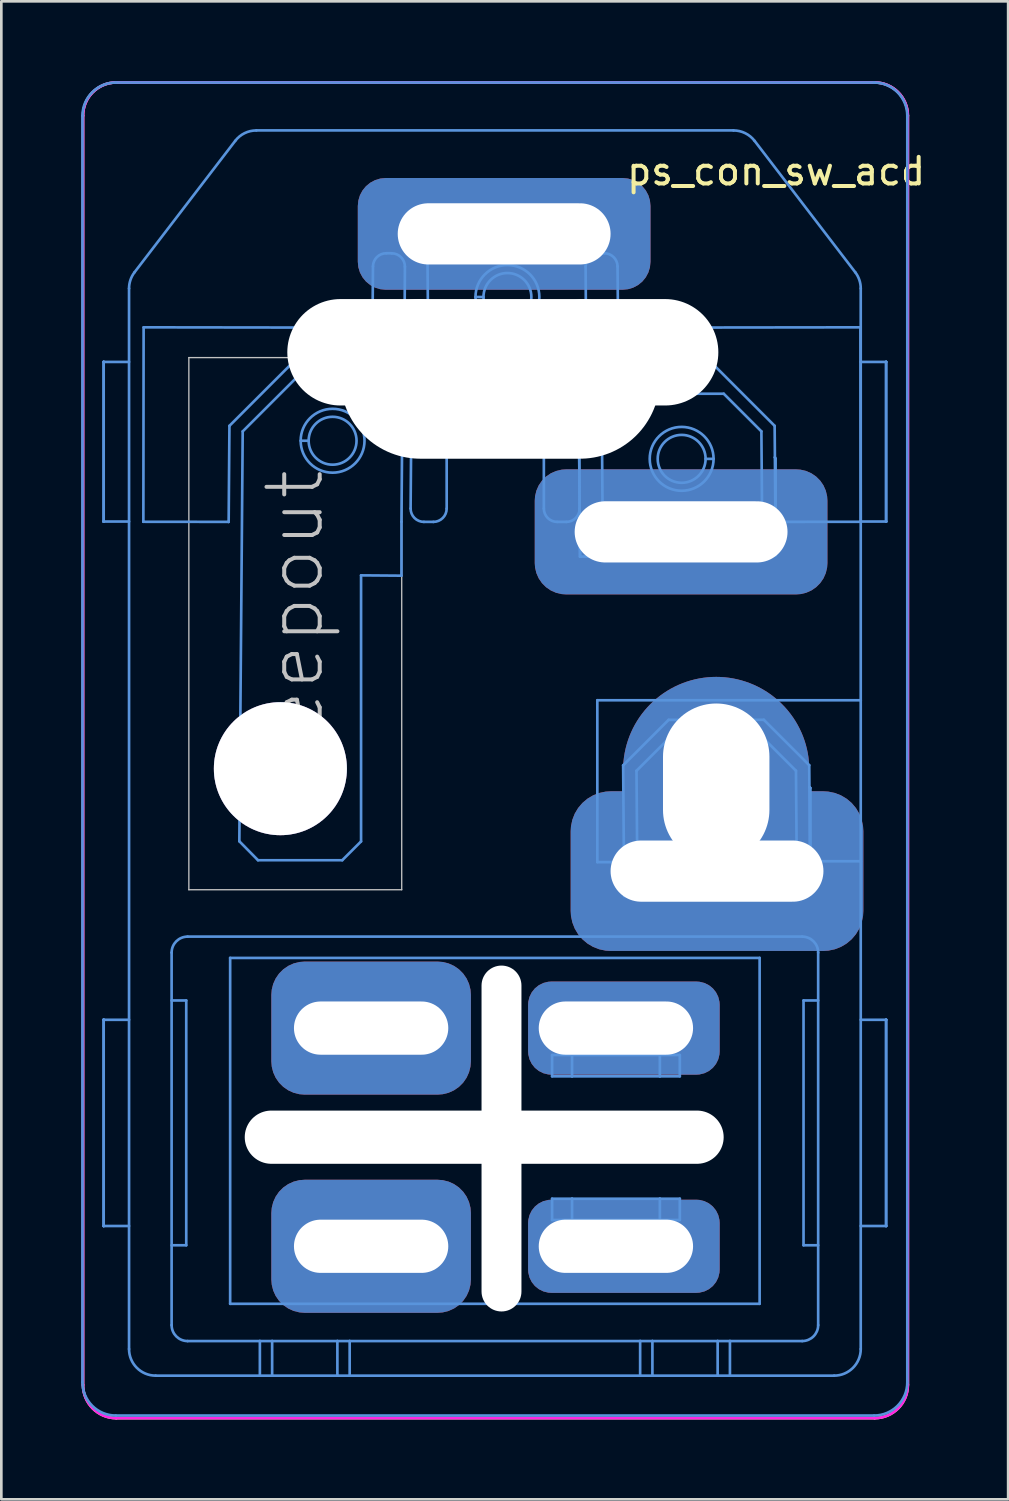
<source format=kicad_pcb>
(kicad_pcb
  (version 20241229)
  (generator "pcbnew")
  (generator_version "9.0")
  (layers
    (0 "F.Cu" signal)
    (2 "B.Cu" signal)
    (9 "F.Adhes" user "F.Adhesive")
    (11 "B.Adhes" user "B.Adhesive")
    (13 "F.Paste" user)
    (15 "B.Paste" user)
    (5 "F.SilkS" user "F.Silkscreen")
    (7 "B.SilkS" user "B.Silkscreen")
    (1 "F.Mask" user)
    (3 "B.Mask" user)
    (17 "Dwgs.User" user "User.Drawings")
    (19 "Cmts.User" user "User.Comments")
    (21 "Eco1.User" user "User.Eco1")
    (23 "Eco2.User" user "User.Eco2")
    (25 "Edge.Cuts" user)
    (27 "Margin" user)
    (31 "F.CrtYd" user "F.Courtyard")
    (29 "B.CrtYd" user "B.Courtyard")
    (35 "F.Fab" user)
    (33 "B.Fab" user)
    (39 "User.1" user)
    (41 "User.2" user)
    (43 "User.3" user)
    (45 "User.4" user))
  (footprint "ps_con_sw_acd"
    (layer "F.Cu")
    (at 20.048 42.39)
    (property "Reference" "ps_con_sw_acd" (at 6.072 -39 180) (layer "F.SilkS") (effects (font (size 1 1) (thickness 0.15))))
    (attr through_hole)
    (fp_line (start -19.978 6.61) (end -19.978 -41.09) (stroke (width 0.1) (type solid)) (layer "F.SilkS"))
    (fp_line (start -18.728 -42.34) (end 9.772 -42.34) (stroke (width 0.1) (type solid)) (layer "F.SilkS"))
    (fp_line (start 9.772 7.86) (end -18.728 7.86) (stroke (width 0.1) (type solid)) (layer "F.SilkS"))
    (fp_line (start 11.022 -41.09) (end 11.022 6.61) (stroke (width 0.1) (type solid)) (layer "F.SilkS"))
    (fp_arc (start -19.977552 -41.09) (mid -19.611435 -41.973883) (end -18.727552 -42.34) (stroke (width 0.1) (type solid)) (layer "F.SilkS"))
    (fp_arc (start -18.727552 7.86) (mid -19.611435 7.493883) (end -19.977552 6.61) (stroke (width 0.1) (type solid)) (layer "F.SilkS"))
    (fp_arc (start 9.772448 -42.34) (mid 10.656331 -41.973883) (end 11.022448 -41.09) (stroke (width 0.1) (type solid)) (layer "F.SilkS"))
    (fp_arc (start 11.022448 6.61) (mid 10.656331 7.493883) (end 9.772448 7.86) (stroke (width 0.1) (type solid)) (layer "F.SilkS"))
    (fp_line (start -16 -32) (end -16 -12) (stroke (width 0.05) (type solid)) (layer "Dwgs.User"))
    (fp_line (start -16 -12) (end -8 -12) (stroke (width 0.05) (type solid)) (layer "Dwgs.User"))
    (fp_line (start -8 -32) (end -16 -32) (stroke (width 0.05) (type solid)) (layer "Dwgs.User"))
    (fp_line (start -8 -12) (end -8 -32) (stroke (width 0.05) (type solid)) (layer "Dwgs.User"))
    (fp_line (start -19.998 6.512) (end -19.998 -41.088) (stroke (width 0.1) (type solid)) (layer "Cmts.User"))
    (fp_line (start -19.203 -31.838) (end -19.201 -31.838) (stroke (width 0.1) (type solid)) (layer "Cmts.User"))
    (fp_line (start -19.203 -25.838) (end -19.203 -31.838) (stroke (width 0.1) (type solid)) (layer "Cmts.User"))
    (fp_line (start -19.203 -25.838) (end -19.201 -25.838) (stroke (width 0.1) (type solid)) (layer "Cmts.User"))
    (fp_line (start -19.203 -7.113) (end -19.201 -7.113) (stroke (width 0.1) (type solid)) (layer "Cmts.User"))
    (fp_line (start -19.203 0.637) (end -19.203 -7.113) (stroke (width 0.1) (type solid)) (layer "Cmts.User"))
    (fp_line (start -19.203 0.637) (end -19.201 0.637) (stroke (width 0.1) (type solid)) (layer "Cmts.User"))
    (fp_line (start -19.201 -31.838) (end -19.203 -31.838) (stroke (width 0.1) (type solid)) (layer "Cmts.User"))
    (fp_line (start -19.201 -31.838) (end -19.201 -25.838) (stroke (width 0.1) (type solid)) (layer "Cmts.User"))
    (fp_line (start -19.201 -31.838) (end -18.248 -31.838) (stroke (width 0.1) (type solid)) (layer "Cmts.User"))
    (fp_line (start -19.201 -25.838) (end -19.203 -25.838) (stroke (width 0.1) (type solid)) (layer "Cmts.User"))
    (fp_line (start -19.201 -7.113) (end -19.203 -7.113) (stroke (width 0.1) (type solid)) (layer "Cmts.User"))
    (fp_line (start -19.201 -7.113) (end -19.201 0.637) (stroke (width 0.1) (type solid)) (layer "Cmts.User"))
    (fp_line (start -19.201 -7.113) (end -18.248 -7.113) (stroke (width 0.1) (type solid)) (layer "Cmts.User"))
    (fp_line (start -19.201 0.637) (end -19.203 0.637) (stroke (width 0.1) (type solid)) (layer "Cmts.User"))
    (fp_line (start -18.748 -42.338) (end 9.752 -42.338) (stroke (width 0.1) (type solid)) (layer "Cmts.User"))
    (fp_line (start -18.248 -34.599) (end -18.248 5.262) (stroke (width 0.1) (type solid)) (layer "Cmts.User"))
    (fp_line (start -18.248 -25.838) (end -19.201 -25.838) (stroke (width 0.1) (type solid)) (layer "Cmts.User"))
    (fp_line (start -18.248 0.637) (end -19.201 0.637) (stroke (width 0.1) (type solid)) (layer "Cmts.User"))
    (fp_line (start -17.71 -25.838) (end -17.71 -25.83) (stroke (width 0.1) (type solid)) (layer "Cmts.User"))
    (fp_line (start -17.71 -25.83) (end -14.51 -25.826) (stroke (width 0.1) (type solid)) (layer "Cmts.User"))
    (fp_line (start -17.7 -33.138) (end -17.71 -25.838) (stroke (width 0.1) (type solid)) (layer "Cmts.User"))
    (fp_line (start -17.248 6.262) (end -13.331 6.262) (stroke (width 0.1) (type solid)) (layer "Cmts.User"))
    (fp_line (start -16.648 -9.638) (end -16.648 4.362) (stroke (width 0.1) (type solid)) (layer "Cmts.User"))
    (fp_line (start -16.648 -7.838) (end -16.098 -7.838) (stroke (width 0.1) (type solid)) (layer "Cmts.User"))
    (fp_line (start -16.098 -7.838) (end -16.098 1.362) (stroke (width 0.1) (type solid)) (layer "Cmts.User"))
    (fp_line (start -16.098 1.362) (end -16.648 1.362) (stroke (width 0.1) (type solid)) (layer "Cmts.User"))
    (fp_line (start -16.048 4.962) (end -13.331 4.962) (stroke (width 0.1) (type solid)) (layer "Cmts.User"))
    (fp_line (start -14.51 -25.826) (end -14.504 -25.826) (stroke (width 0.1) (type solid)) (layer "Cmts.User"))
    (fp_line (start -14.504 -25.826) (end -14.475 -29.435) (stroke (width 0.1) (type solid)) (layer "Cmts.User"))
    (fp_line (start -14.475 -29.435) (end -12.08 -31.83) (stroke (width 0.1) (type solid)) (layer "Cmts.User"))
    (fp_line (start -14.448 -9.438) (end 5.452 -9.438) (stroke (width 0.1) (type solid)) (layer "Cmts.User"))
    (fp_line (start -14.448 3.562) (end -14.448 -9.438) (stroke (width 0.1) (type solid)) (layer "Cmts.User"))
    (fp_line (start -14.257 -40.146) (end -18.042 -35.207) (stroke (width 0.1) (type solid)) (layer "Cmts.User"))
    (fp_line (start -14.103 -13.822) (end -13.976 -29.227) (stroke (width 0.1) (type solid)) (layer "Cmts.User"))
    (fp_line (start -13.976 -29.227) (end -11.373 -31.83) (stroke (width 0.1) (type solid)) (layer "Cmts.User"))
    (fp_line (start -13.767 -16.056) (end -13.467 -16.056) (stroke (width 0.1) (type solid)) (layer "Cmts.User"))
    (fp_line (start -13.401 -13.109) (end -14.103 -13.822) (stroke (width 0.1) (type solid)) (layer "Cmts.User"))
    (fp_line (start -13.331 4.962) (end -12.87 4.962) (stroke (width 0.1) (type solid)) (layer "Cmts.User"))
    (fp_line (start -13.331 6.262) (end -13.331 4.962) (stroke (width 0.1) (type solid)) (layer "Cmts.User"))
    (fp_line (start -12.87 4.962) (end -12.87 6.262) (stroke (width 0.1) (type solid)) (layer "Cmts.User"))
    (fp_line (start -12.87 6.262) (end -13.331 6.262) (stroke (width 0.1) (type solid)) (layer "Cmts.User"))
    (fp_line (start -12.87 6.262) (end -10.418 6.262) (stroke (width 0.1) (type solid)) (layer "Cmts.User"))
    (fp_line (start -12.08 -31.83) (end -11.398 -31.83) (stroke (width 0.1) (type solid)) (layer "Cmts.User"))
    (fp_line (start -11.798 -28.875) (end -11.498 -28.875) (stroke (width 0.1) (type solid)) (layer "Cmts.User"))
    (fp_line (start -11.548 -7.188) (end -10.798 -7.188) (stroke (width 0.1) (type solid)) (layer "Cmts.User"))
    (fp_line (start -11.548 -6.388) (end -11.548 -7.188) (stroke (width 0.1) (type solid)) (layer "Cmts.User"))
    (fp_line (start -11.548 1.012) (end -11.548 1.812) (stroke (width 0.1) (type solid)) (layer "Cmts.User"))
    (fp_line (start -11.548 1.812) (end -10.798 1.812) (stroke (width 0.1) (type solid)) (layer "Cmts.User"))
    (fp_line (start -11.398 -31.83) (end -9.339 -31.829) (stroke (width 0.1) (type solid)) (layer "Cmts.User"))
    (fp_line (start -11.397 -33.129) (end -17.7 -33.138) (stroke (width 0.1) (type solid)) (layer "Cmts.User"))
    (fp_line (start -11.397 -33.129) (end -11.398 -31.83) (stroke (width 0.1) (type solid)) (layer "Cmts.User"))
    (fp_line (start -11.373 -31.83) (end -10.586 -31.829) (stroke (width 0.1) (type solid)) (layer "Cmts.User"))
    (fp_line (start -10.798 -7.188) (end -10.798 -6.388) (stroke (width 0.1) (type solid)) (layer "Cmts.User"))
    (fp_line (start -10.798 -7.188) (end -7.498 -7.188) (stroke (width 0.1) (type solid)) (layer "Cmts.User"))
    (fp_line (start -10.798 -6.388) (end -11.548 -6.388) (stroke (width 0.1) (type solid)) (layer "Cmts.User"))
    (fp_line (start -10.798 1.012) (end -11.548 1.012) (stroke (width 0.1) (type solid)) (layer "Cmts.User"))
    (fp_line (start -10.798 1.812) (end -10.798 1.012) (stroke (width 0.1) (type solid)) (layer "Cmts.User"))
    (fp_line (start -10.798 1.812) (end -7.498 1.812) (stroke (width 0.1) (type solid)) (layer "Cmts.User"))
    (fp_line (start -10.586 -31.829) (end -7.982 -29.226) (stroke (width 0.1) (type solid)) (layer "Cmts.User"))
    (fp_line (start -10.418 4.962) (end -12.87 4.962) (stroke (width 0.1) (type solid)) (layer "Cmts.User"))
    (fp_line (start -10.418 4.962) (end -9.956 4.962) (stroke (width 0.1) (type solid)) (layer "Cmts.User"))
    (fp_line (start -10.418 6.262) (end -10.418 4.962) (stroke (width 0.1) (type solid)) (layer "Cmts.User"))
    (fp_line (start -10.235 -13.109) (end -13.401 -13.109) (stroke (width 0.1) (type solid)) (layer "Cmts.User"))
    (fp_line (start -9.956 4.962) (end -9.956 6.262) (stroke (width 0.1) (type solid)) (layer "Cmts.User"))
    (fp_line (start -9.956 6.262) (end -10.418 6.262) (stroke (width 0.1) (type solid)) (layer "Cmts.User"))
    (fp_line (start -9.956 6.262) (end 0.961 6.262) (stroke (width 0.1) (type solid)) (layer "Cmts.User"))
    (fp_line (start -9.528 -23.816) (end -9.528 -13.816) (stroke (width 0.1) (type solid)) (layer "Cmts.User"))
    (fp_line (start -9.528 -13.816) (end -10.235 -13.109) (stroke (width 0.1) (type solid)) (layer "Cmts.User"))
    (fp_line (start -9.339 -31.829) (end -7.635 -30.124) (stroke (width 0.1) (type solid)) (layer "Cmts.User"))
    (fp_line (start -9.08 -35.426) (end -9.099 -33.126) (stroke (width 0.1) (type solid)) (layer "Cmts.User"))
    (fp_line (start -8.376 -35.92) (end -8.576 -35.922) (stroke (width 0.1) (type solid)) (layer "Cmts.User"))
    (fp_line (start -8.01 -25.829) (end -8.01 -23.804) (stroke (width 0.1) (type solid)) (layer "Cmts.User"))
    (fp_line (start -8.01 -23.804) (end -9.528 -23.816) (stroke (width 0.1) (type solid)) (layer "Cmts.User"))
    (fp_line (start -7.982 -29.226) (end -10.586 -31.829) (stroke (width 0.1) (type solid)) (layer "Cmts.User"))
    (fp_line (start -7.982 -29.226) (end -8.01 -25.829) (stroke (width 0.1) (type solid)) (layer "Cmts.User"))
    (fp_line (start -7.901 -32.332) (end -7.894 -33.124) (stroke (width 0.1) (type solid)) (layer "Cmts.User"))
    (fp_line (start -7.894 -33.124) (end -11.397 -33.129) (stroke (width 0.1) (type solid)) (layer "Cmts.User"))
    (fp_line (start -7.894 -33.124) (end -7.893 -33.301) (stroke (width 0.1) (type solid)) (layer "Cmts.User"))
    (fp_line (start -7.893 -33.301) (end -7.88 -35.417) (stroke (width 0.1) (type solid)) (layer "Cmts.User"))
    (fp_line (start -7.641 -29.325) (end -7.666 -26.329) (stroke (width 0.1) (type solid)) (layer "Cmts.User"))
    (fp_line (start -7.641 -29.325) (end -1.337 -29.325) (stroke (width 0.1) (type solid)) (layer "Cmts.User"))
    (fp_line (start -7.635 -30.124) (end -7.641 -29.325) (stroke (width 0.1) (type solid)) (layer "Cmts.User"))
    (fp_line (start -7.498 -7.188) (end -6.748 -7.188) (stroke (width 0.1) (type solid)) (layer "Cmts.User"))
    (fp_line (start -7.498 -6.388) (end -10.798 -6.388) (stroke (width 0.1) (type solid)) (layer "Cmts.User"))
    (fp_line (start -7.498 -6.388) (end -7.498 -7.188) (stroke (width 0.1) (type solid)) (layer "Cmts.User"))
    (fp_line (start -7.498 1.012) (end -10.798 1.012) (stroke (width 0.1) (type solid)) (layer "Cmts.User"))
    (fp_line (start -7.498 1.012) (end -7.498 1.812) (stroke (width 0.1) (type solid)) (layer "Cmts.User"))
    (fp_line (start -7.498 1.812) (end -6.748 1.812) (stroke (width 0.1) (type solid)) (layer "Cmts.User"))
    (fp_line (start -7.166 -25.825) (end -6.81 -25.825) (stroke (width 0.1) (type solid)) (layer "Cmts.User"))
    (fp_line (start -7.042 -36.984) (end -7.048 -36.984) (stroke (width 0.1) (type solid)) (layer "Cmts.User"))
    (fp_line (start -7.042 -36.984) (end -7.042 -36.282) (stroke (width 0.1) (type solid)) (layer "Cmts.User"))
    (fp_line (start -7.042 -36.984) (end -6.545 -36.988) (stroke (width 0.1) (type solid)) (layer "Cmts.User"))
    (fp_line (start -7.042 -36.282) (end -7.048 -36.984) (stroke (width 0.1) (type solid)) (layer "Cmts.User"))
    (fp_line (start -7.042 -36.282) (end -6.545 -36.282) (stroke (width 0.1) (type solid)) (layer "Cmts.User"))
    (fp_line (start -7.007 -32.832) (end -7.036 -36.282) (stroke (width 0.1) (type solid)) (layer "Cmts.User"))
    (fp_line (start -6.748 -7.188) (end -6.748 -6.388) (stroke (width 0.1) (type solid)) (layer "Cmts.User"))
    (fp_line (start -6.748 -6.388) (end -7.498 -6.388) (stroke (width 0.1) (type solid)) (layer "Cmts.User"))
    (fp_line (start -6.748 1.012) (end -7.498 1.012) (stroke (width 0.1) (type solid)) (layer "Cmts.User"))
    (fp_line (start -6.748 1.812) (end -6.748 1.012) (stroke (width 0.1) (type solid)) (layer "Cmts.User"))
    (fp_line (start -6.545 -37.032) (end -5.795 -37.032) (stroke (width 0.1) (type solid)) (layer "Cmts.User"))
    (fp_line (start -6.545 -36.282) (end -6.545 -37.032) (stroke (width 0.1) (type solid)) (layer "Cmts.User"))
    (fp_line (start -6.31 -26.325) (end -6.31 -29.325) (stroke (width 0.1) (type solid)) (layer "Cmts.User"))
    (fp_line (start -6.188 -30.619) (end -7.901 -32.332) (stroke (width 0.1) (type solid)) (layer "Cmts.User"))
    (fp_line (start -5.795 -37.032) (end -5.795 -36.282) (stroke (width 0.1) (type solid)) (layer "Cmts.User"))
    (fp_line (start -5.795 -37.032) (end -2.495 -37.032) (stroke (width 0.1) (type solid)) (layer "Cmts.User"))
    (fp_line (start -5.795 -36.282) (end -6.545 -36.282) (stroke (width 0.1) (type solid)) (layer "Cmts.User"))
    (fp_line (start -5.593 -31.418) (end -7.007 -32.832) (stroke (width 0.1) (type solid)) (layer "Cmts.User"))
    (fp_line (start -5.227 -34.278) (end -4.927 -34.278) (stroke (width 0.1) (type solid)) (layer "Cmts.User"))
    (fp_line (start -4.248 -30.619) (end -6.188 -30.619) (stroke (width 0.1) (type solid)) (layer "Cmts.User"))
    (fp_line (start -3.548 -3.388) (end -3.048 -3.388) (stroke (width 0.1) (type solid)) (layer "Cmts.User"))
    (fp_line (start -3.548 -1.988) (end -3.548 -3.388) (stroke (width 0.1) (type solid)) (layer "Cmts.User"))
    (fp_line (start -3.048 -3.388) (end -3.048 -1.988) (stroke (width 0.1) (type solid)) (layer "Cmts.User"))
    (fp_line (start -3.048 -3.388) (end 3.152 -3.388) (stroke (width 0.1) (type solid)) (layer "Cmts.User"))
    (fp_line (start -3.048 -1.988) (end -3.548 -1.988) (stroke (width 0.1) (type solid)) (layer "Cmts.User"))
    (fp_line (start -2.781 -30.619) (end -4.248 -30.619) (stroke (width 0.1) (type solid)) (layer "Cmts.User"))
    (fp_line (start -2.658 -26.325) (end -2.658 -29.325) (stroke (width 0.1) (type solid)) (layer "Cmts.User"))
    (fp_line (start -2.495 -36.282) (end -5.795 -36.282) (stroke (width 0.1) (type solid)) (layer "Cmts.User"))
    (fp_line (start -2.495 -36.282) (end -2.495 -37.032) (stroke (width 0.1) (type solid)) (layer "Cmts.User"))
    (fp_line (start -2.495 -36.282) (end -1.545 -36.282) (stroke (width 0.1) (type solid)) (layer "Cmts.User"))
    (fp_line (start -2.428 -31.419) (end -5.593 -31.418) (stroke (width 0.1) (type solid)) (layer "Cmts.User"))
    (fp_line (start -2.348 -5.788) (end -1.598 -5.788) (stroke (width 0.1) (type solid)) (layer "Cmts.User"))
    (fp_line (start -2.348 -4.988) (end -2.348 -5.788) (stroke (width 0.1) (type solid)) (layer "Cmts.User"))
    (fp_line (start -2.348 -0.388) (end -2.348 0.412) (stroke (width 0.1) (type solid)) (layer "Cmts.User"))
    (fp_line (start -2.348 0.412) (end -1.598 0.412) (stroke (width 0.1) (type solid)) (layer "Cmts.User"))
    (fp_line (start -1.812 -25.825) (end -2.158 -25.825) (stroke (width 0.1) (type solid)) (layer "Cmts.User"))
    (fp_line (start -1.598 -5.788) (end -1.598 -4.988) (stroke (width 0.1) (type solid)) (layer "Cmts.User"))
    (fp_line (start -1.598 -5.788) (end 1.702 -5.788) (stroke (width 0.1) (type solid)) (layer "Cmts.User"))
    (fp_line (start -1.598 -4.988) (end -2.348 -4.988) (stroke (width 0.1) (type solid)) (layer "Cmts.User"))
    (fp_line (start -1.598 -0.388) (end -2.348 -0.388) (stroke (width 0.1) (type solid)) (layer "Cmts.User"))
    (fp_line (start -1.598 0.412) (end -1.598 -0.388) (stroke (width 0.1) (type solid)) (layer "Cmts.User"))
    (fp_line (start -1.598 0.412) (end 1.702 0.412) (stroke (width 0.1) (type solid)) (layer "Cmts.User"))
    (fp_line (start -1.545 -37.032) (end -2.495 -37.032) (stroke (width 0.1) (type solid)) (layer "Cmts.User"))
    (fp_line (start -1.545 -37.029) (end -1.148 -37.032) (stroke (width 0.1) (type solid)) (layer "Cmts.User"))
    (fp_line (start -1.545 -36.282) (end -1.545 -37.032) (stroke (width 0.1) (type solid)) (layer "Cmts.User"))
    (fp_line (start -1.545 -36.282) (end -1.048 -36.282) (stroke (width 0.1) (type solid)) (layer "Cmts.User"))
    (fp_line (start -1.344 -30.179) (end 0.305 -31.828) (stroke (width 0.1) (type solid)) (layer "Cmts.User"))
    (fp_line (start -1.337 -29.325) (end -1.344 -30.179) (stroke (width 0.1) (type solid)) (layer "Cmts.User"))
    (fp_line (start -1.337 -29.325) (end -1.312 -26.329) (stroke (width 0.1) (type solid)) (layer "Cmts.User"))
    (fp_line (start -1.312 -26.329) (end -1.297 -24.519) (stroke (width 0.1) (type solid)) (layer "Cmts.User"))
    (fp_line (start -1.297 -24.519) (end -1.337 -29.325) (stroke (width 0.1) (type solid)) (layer "Cmts.User"))
    (fp_line (start -1.297 -24.519) (end 6.056 -24.579) (stroke (width 0.1) (type solid)) (layer "Cmts.User"))
    (fp_line (start -1.088 -35.417) (end -1.076 -33.3) (stroke (width 0.1) (type solid)) (layer "Cmts.User"))
    (fp_line (start -1.076 -33.3) (end -1.074 -33.124) (stroke (width 0.1) (type solid)) (layer "Cmts.User"))
    (fp_line (start -1.074 -33.124) (end -1.068 -32.332) (stroke (width 0.1) (type solid)) (layer "Cmts.User"))
    (fp_line (start -1.071 -32.775) (end -2.428 -31.419) (stroke (width 0.1) (type solid)) (layer "Cmts.User"))
    (fp_line (start -1.068 -32.332) (end -2.781 -30.619) (stroke (width 0.1) (type solid)) (layer "Cmts.User"))
    (fp_line (start -1.048 -37.033) (end -1.148 -37.032) (stroke (width 0.1) (type solid)) (layer "Cmts.User"))
    (fp_line (start -1.048 -37.032) (end -1.148 -37.032) (stroke (width 0.1) (type solid)) (layer "Cmts.User"))
    (fp_line (start -1.048 -37.032) (end -1.048 -37.033) (stroke (width 0.1) (type solid)) (layer "Cmts.User"))
    (fp_line (start -1.048 -37.032) (end -1.036 -35.641) (stroke (width 0.1) (type solid)) (layer "Cmts.User"))
    (fp_line (start -1.048 -36.282) (end -1.048 -37.032) (stroke (width 0.1) (type solid)) (layer "Cmts.User"))
    (fp_line (start -0.648 -13.038) (end -0.648 -19.122) (stroke (width 0.1) (type solid)) (layer "Cmts.User"))
    (fp_line (start -0.476 -29.226) (end 0.938 -30.64) (stroke (width 0.1) (type solid)) (layer "Cmts.User"))
    (fp_line (start -0.448 -25.825) (end -0.448 -25.075) (stroke (width 0.1) (type solid)) (layer "Cmts.User"))
    (fp_line (start -0.448 -25.801) (end -0.476 -29.226) (stroke (width 0.1) (type solid)) (layer "Cmts.User"))
    (fp_line (start -0.448 -25.075) (end 0.052 -25.075) (stroke (width 0.1) (type solid)) (layer "Cmts.User"))
    (fp_line (start -0.441 -25.026) (end -0.442 -25.075) (stroke (width 0.1) (type solid)) (layer "Cmts.User"))
    (fp_line (start -0.392 -35.922) (end -0.592 -35.92) (stroke (width 0.1) (type solid)) (layer "Cmts.User"))
    (fp_line (start 0.052 -25.825) (end -0.448 -25.825) (stroke (width 0.1) (type solid)) (layer "Cmts.User"))
    (fp_line (start 0.052 -25.825) (end 0.802 -25.825) (stroke (width 0.1) (type solid)) (layer "Cmts.User"))
    (fp_line (start 0.052 -25.075) (end 0.052 -25.825) (stroke (width 0.1) (type solid)) (layer "Cmts.User"))
    (fp_line (start 0.131 -33.126) (end 0.112 -35.426) (stroke (width 0.1) (type solid)) (layer "Cmts.User"))
    (fp_line (start 0.305 -31.828) (end 2.392 -31.829) (stroke (width 0.1) (type solid)) (layer "Cmts.User"))
    (fp_line (start 0.322 -16.676) (end 0.352 -13.044) (stroke (width 0.1) (type solid)) (layer "Cmts.User"))
    (fp_line (start 0.352 -13.044) (end 0.352 -13.038) (stroke (width 0.1) (type solid)) (layer "Cmts.User"))
    (fp_line (start 0.352 -13.044) (end 0.363 -11.767) (stroke (width 0.1) (type solid)) (layer "Cmts.User"))
    (fp_line (start 0.352 -13.038) (end -0.648 -13.038) (stroke (width 0.1) (type solid)) (layer "Cmts.User"))
    (fp_line (start 0.363 -11.767) (end 7.356 -11.824) (stroke (width 0.1) (type solid)) (layer "Cmts.User"))
    (fp_line (start 0.802 -25.825) (end 0.802 -25.075) (stroke (width 0.1) (type solid)) (layer "Cmts.User"))
    (fp_line (start 0.802 -25.825) (end 4.202 -25.825) (stroke (width 0.1) (type solid)) (layer "Cmts.User"))
    (fp_line (start 0.802 -25.075) (end 0.052 -25.075) (stroke (width 0.1) (type solid)) (layer "Cmts.User"))
    (fp_line (start 0.824 -16.471) (end 2.238 -17.885) (stroke (width 0.1) (type solid)) (layer "Cmts.User"))
    (fp_line (start 0.852 -13.07) (end 0.852 -12.32) (stroke (width 0.1) (type solid)) (layer "Cmts.User"))
    (fp_line (start 0.852 -13.046) (end 0.824 -16.471) (stroke (width 0.1) (type solid)) (layer "Cmts.User"))
    (fp_line (start 0.852 -12.32) (end 1.352 -12.32) (stroke (width 0.1) (type solid)) (layer "Cmts.User"))
    (fp_line (start 0.859 -12.271) (end 0.858 -12.32) (stroke (width 0.1) (type solid)) (layer "Cmts.User"))
    (fp_line (start 0.938 -30.64) (end 4.104 -30.641) (stroke (width 0.1) (type solid)) (layer "Cmts.User"))
    (fp_line (start 0.961 4.962) (end -9.956 4.962) (stroke (width 0.1) (type solid)) (layer "Cmts.User"))
    (fp_line (start 0.961 4.962) (end 1.422 4.962) (stroke (width 0.1) (type solid)) (layer "Cmts.User"))
    (fp_line (start 0.961 6.262) (end 0.961 4.962) (stroke (width 0.1) (type solid)) (layer "Cmts.User"))
    (fp_line (start 1.352 -13.07) (end 0.852 -13.07) (stroke (width 0.1) (type solid)) (layer "Cmts.User"))
    (fp_line (start 1.352 -13.07) (end 1.352 -12.32) (stroke (width 0.1) (type solid)) (layer "Cmts.User"))
    (fp_line (start 1.352 -12.32) (end 2.102 -12.32) (stroke (width 0.1) (type solid)) (layer "Cmts.User"))
    (fp_line (start 1.422 4.962) (end 1.422 6.262) (stroke (width 0.1) (type solid)) (layer "Cmts.User"))
    (fp_line (start 1.422 6.262) (end 0.961 6.262) (stroke (width 0.1) (type solid)) (layer "Cmts.User"))
    (fp_line (start 1.422 6.262) (end 3.874 6.262) (stroke (width 0.1) (type solid)) (layer "Cmts.User"))
    (fp_line (start 1.702 -5.788) (end 2.452 -5.788) (stroke (width 0.1) (type solid)) (layer "Cmts.User"))
    (fp_line (start 1.702 -4.988) (end -1.598 -4.988) (stroke (width 0.1) (type solid)) (layer "Cmts.User"))
    (fp_line (start 1.702 -4.988) (end 1.702 -5.788) (stroke (width 0.1) (type solid)) (layer "Cmts.User"))
    (fp_line (start 1.702 -0.388) (end -1.598 -0.388) (stroke (width 0.1) (type solid)) (layer "Cmts.User"))
    (fp_line (start 1.702 -0.388) (end 1.702 0.412) (stroke (width 0.1) (type solid)) (layer "Cmts.User"))
    (fp_line (start 1.702 0.412) (end 2.452 0.412) (stroke (width 0.1) (type solid)) (layer "Cmts.User"))
    (fp_line (start 2.031 -18.385) (end 0.322 -16.676) (stroke (width 0.1) (type solid)) (layer "Cmts.User"))
    (fp_line (start 2.102 -13.07) (end 1.352 -13.07) (stroke (width 0.1) (type solid)) (layer "Cmts.User"))
    (fp_line (start 2.102 -12.32) (end 2.102 -13.07) (stroke (width 0.1) (type solid)) (layer "Cmts.User"))
    (fp_line (start 2.102 -12.32) (end 5.602 -12.32) (stroke (width 0.1) (type solid)) (layer "Cmts.User"))
    (fp_line (start 2.238 -17.885) (end 5.404 -17.886) (stroke (width 0.1) (type solid)) (layer "Cmts.User"))
    (fp_line (start 2.392 -33.129) (end -1.074 -33.124) (stroke (width 0.1) (type solid)) (layer "Cmts.User"))
    (fp_line (start 2.392 -33.129) (end 9.242 -33.138) (stroke (width 0.1) (type solid)) (layer "Cmts.User"))
    (fp_line (start 2.392 -31.829) (end 2.392 -33.129) (stroke (width 0.1) (type solid)) (layer "Cmts.User"))
    (fp_line (start 2.452 -5.788) (end 2.452 -4.988) (stroke (width 0.1) (type solid)) (layer "Cmts.User"))
    (fp_line (start 2.452 -4.988) (end 1.702 -4.988) (stroke (width 0.1) (type solid)) (layer "Cmts.User"))
    (fp_line (start 2.452 -0.388) (end 1.702 -0.388) (stroke (width 0.1) (type solid)) (layer "Cmts.User"))
    (fp_line (start 2.452 0.412) (end 2.452 -0.388) (stroke (width 0.1) (type solid)) (layer "Cmts.User"))
    (fp_line (start 3.152 -3.388) (end 3.652 -3.388) (stroke (width 0.1) (type solid)) (layer "Cmts.User"))
    (fp_line (start 3.152 -1.988) (end -3.048 -1.988) (stroke (width 0.1) (type solid)) (layer "Cmts.User"))
    (fp_line (start 3.152 -1.988) (end 3.152 -3.388) (stroke (width 0.1) (type solid)) (layer "Cmts.User"))
    (fp_line (start 3.421 -28.195) (end 3.721 -28.195) (stroke (width 0.1) (type solid)) (layer "Cmts.User"))
    (fp_line (start 3.623 -31.829) (end 2.392 -31.829) (stroke (width 0.1) (type solid)) (layer "Cmts.User"))
    (fp_line (start 3.652 -3.388) (end 3.652 -1.988) (stroke (width 0.1) (type solid)) (layer "Cmts.User"))
    (fp_line (start 3.652 -1.988) (end 3.152 -1.988) (stroke (width 0.1) (type solid)) (layer "Cmts.User"))
    (fp_line (start 3.652 -1.988) (end 3.652 -3.388) (stroke (width 0.1) (type solid)) (layer "Cmts.User"))
    (fp_line (start 3.874 4.962) (end 1.422 4.962) (stroke (width 0.1) (type solid)) (layer "Cmts.User"))
    (fp_line (start 3.874 4.962) (end 4.336 4.962) (stroke (width 0.1) (type solid)) (layer "Cmts.User"))
    (fp_line (start 3.874 6.262) (end 3.874 4.962) (stroke (width 0.1) (type solid)) (layer "Cmts.User"))
    (fp_line (start 4.104 -30.641) (end 5.518 -29.227) (stroke (width 0.1) (type solid)) (layer "Cmts.User"))
    (fp_line (start 4.202 -25.825) (end 5.052 -25.825) (stroke (width 0.1) (type solid)) (layer "Cmts.User"))
    (fp_line (start 4.202 -25.075) (end 0.802 -25.075) (stroke (width 0.1) (type solid)) (layer "Cmts.User"))
    (fp_line (start 4.202 -25.075) (end 4.202 -25.825) (stroke (width 0.1) (type solid)) (layer "Cmts.User"))
    (fp_line (start 4.336 4.962) (end 4.336 6.262) (stroke (width 0.1) (type solid)) (layer "Cmts.User"))
    (fp_line (start 4.336 4.962) (end 7.052 4.962) (stroke (width 0.1) (type solid)) (layer "Cmts.User"))
    (fp_line (start 4.336 6.262) (end 3.874 6.262) (stroke (width 0.1) (type solid)) (layer "Cmts.User"))
    (fp_line (start 4.336 6.262) (end 8.252 6.262) (stroke (width 0.1) (type solid)) (layer "Cmts.User"))
    (fp_line (start 4.468 -40.538) (end -13.464 -40.538) (stroke (width 0.1) (type solid)) (layer "Cmts.User"))
    (fp_line (start 5.021 -15.417) (end 4.721 -15.417) (stroke (width 0.1) (type solid)) (layer "Cmts.User"))
    (fp_line (start 5.052 -25.075) (end 4.202 -25.075) (stroke (width 0.1) (type solid)) (layer "Cmts.User"))
    (fp_line (start 5.052 -25.075) (end 5.052 -25.825) (stroke (width 0.1) (type solid)) (layer "Cmts.User"))
    (fp_line (start 5.052 -25.075) (end 5.552 -25.075) (stroke (width 0.1) (type solid)) (layer "Cmts.User"))
    (fp_line (start 5.404 -17.886) (end 6.818 -16.471) (stroke (width 0.1) (type solid)) (layer "Cmts.User"))
    (fp_line (start 5.452 -9.438) (end 5.452 3.562) (stroke (width 0.1) (type solid)) (layer "Cmts.User"))
    (fp_line (start 5.452 3.562) (end -14.448 3.562) (stroke (width 0.1) (type solid)) (layer "Cmts.User"))
    (fp_line (start 5.518 -29.227) (end 5.546 -25.825) (stroke (width 0.1) (type solid)) (layer "Cmts.User"))
    (fp_line (start 5.552 -25.825) (end 5.052 -25.825) (stroke (width 0.1) (type solid)) (layer "Cmts.User"))
    (fp_line (start 5.552 -25.075) (end -0.441 -25.026) (stroke (width 0.1) (type solid)) (layer "Cmts.User"))
    (fp_line (start 5.552 -25.075) (end 5.552 -25.825) (stroke (width 0.1) (type solid)) (layer "Cmts.User"))
    (fp_line (start 5.602 -13.07) (end 2.102 -13.07) (stroke (width 0.1) (type solid)) (layer "Cmts.User"))
    (fp_line (start 5.602 -13.07) (end 5.602 -12.32) (stroke (width 0.1) (type solid)) (layer "Cmts.User"))
    (fp_line (start 5.602 -12.32) (end 6.352 -12.32) (stroke (width 0.1) (type solid)) (layer "Cmts.User"))
    (fp_line (start 5.611 -18.386) (end 2.031 -18.385) (stroke (width 0.1) (type solid)) (layer "Cmts.User"))
    (fp_line (start 6.016 -29.435) (end 3.623 -31.829) (stroke (width 0.1) (type solid)) (layer "Cmts.User"))
    (fp_line (start 6.026 -28.25) (end 6.016 -29.435) (stroke (width 0.1) (type solid)) (layer "Cmts.User"))
    (fp_line (start 6.026 -28.25) (end 6.046 -25.826) (stroke (width 0.1) (type solid)) (layer "Cmts.User"))
    (fp_line (start 6.046 -25.826) (end 6.052 -25.826) (stroke (width 0.1) (type solid)) (layer "Cmts.User"))
    (fp_line (start 6.052 -28.201) (end 6.026 -28.25) (stroke (width 0.1) (type solid)) (layer "Cmts.User"))
    (fp_line (start 6.052 -25.826) (end 6.052 -28.201) (stroke (width 0.1) (type solid)) (layer "Cmts.User"))
    (fp_line (start 6.056 -24.579) (end 6.046 -25.826) (stroke (width 0.1) (type solid)) (layer "Cmts.User"))
    (fp_line (start 6.352 -13.07) (end 5.602 -13.07) (stroke (width 0.1) (type solid)) (layer "Cmts.User"))
    (fp_line (start 6.352 -12.32) (end 6.352 -13.07) (stroke (width 0.1) (type solid)) (layer "Cmts.User"))
    (fp_line (start 6.352 -12.32) (end 6.852 -12.32) (stroke (width 0.1) (type solid)) (layer "Cmts.User"))
    (fp_line (start 6.818 -16.471) (end 6.846 -13.07) (stroke (width 0.1) (type solid)) (layer "Cmts.User"))
    (fp_line (start 6.852 -13.07) (end 6.352 -13.07) (stroke (width 0.1) (type solid)) (layer "Cmts.User"))
    (fp_line (start 6.852 -12.32) (end 0.859 -12.271) (stroke (width 0.1) (type solid)) (layer "Cmts.User"))
    (fp_line (start 6.852 -12.32) (end 6.852 -13.07) (stroke (width 0.1) (type solid)) (layer "Cmts.User"))
    (fp_line (start 7.052 -10.238) (end -16.048 -10.238) (stroke (width 0.1) (type solid)) (layer "Cmts.User"))
    (fp_line (start 7.102 -7.838) (end 7.652 -7.838) (stroke (width 0.1) (type solid)) (layer "Cmts.User"))
    (fp_line (start 7.102 1.362) (end 7.102 -7.838) (stroke (width 0.1) (type solid)) (layer "Cmts.User"))
    (fp_line (start 7.316 -16.68) (end 5.611 -18.386) (stroke (width 0.1) (type solid)) (layer "Cmts.User"))
    (fp_line (start 7.323 -15.856) (end 7.316 -16.68) (stroke (width 0.1) (type solid)) (layer "Cmts.User"))
    (fp_line (start 7.323 -15.856) (end 7.346 -13.07) (stroke (width 0.1) (type solid)) (layer "Cmts.User"))
    (fp_line (start 7.346 -13.07) (end 7.391 -13.07) (stroke (width 0.1) (type solid)) (layer "Cmts.User"))
    (fp_line (start 7.352 -15.827) (end 7.323 -15.856) (stroke (width 0.1) (type solid)) (layer "Cmts.User"))
    (fp_line (start 7.352 -15.827) (end 7.323 -15.856) (stroke (width 0.1) (type solid)) (layer "Cmts.User"))
    (fp_line (start 7.352 -13.07) (end 7.352 -15.827) (stroke (width 0.1) (type solid)) (layer "Cmts.User"))
    (fp_line (start 7.352 -13.07) (end 7.352 -15.827) (stroke (width 0.1) (type solid)) (layer "Cmts.User"))
    (fp_line (start 7.356 -11.824) (end 7.346 -13.07) (stroke (width 0.1) (type solid)) (layer "Cmts.User"))
    (fp_line (start 7.391 -13.07) (end 7.352 -13.07) (stroke (width 0.1) (type solid)) (layer "Cmts.User"))
    (fp_line (start 7.652 1.362) (end 7.102 1.362) (stroke (width 0.1) (type solid)) (layer "Cmts.User"))
    (fp_line (start 7.652 4.362) (end 7.652 -9.638) (stroke (width 0.1) (type solid)) (layer "Cmts.User"))
    (fp_line (start 9.046 -35.207) (end 5.262 -40.146) (stroke (width 0.1) (type solid)) (layer "Cmts.User"))
    (fp_line (start 9.242 -33.138) (end 9.252 -25.838) (stroke (width 0.1) (type solid)) (layer "Cmts.User"))
    (fp_line (start 9.252 -25.838) (end 9.252 -34.599) (stroke (width 0.1) (type solid)) (layer "Cmts.User"))
    (fp_line (start 9.252 -25.838) (end 9.252 -25.83) (stroke (width 0.1) (type solid)) (layer "Cmts.User"))
    (fp_line (start 9.252 -25.838) (end 10.205 -25.838) (stroke (width 0.1) (type solid)) (layer "Cmts.User"))
    (fp_line (start 9.252 -25.83) (end 6.052 -25.826) (stroke (width 0.1) (type solid)) (layer "Cmts.User"))
    (fp_line (start 9.252 -19.122) (end -0.648 -19.122) (stroke (width 0.1) (type solid)) (layer "Cmts.User"))
    (fp_line (start 9.252 -19.122) (end 9.252 -25.83) (stroke (width 0.1) (type solid)) (layer "Cmts.User"))
    (fp_line (start 9.252 -13.07) (end 7.352 -13.07) (stroke (width 0.1) (type solid)) (layer "Cmts.User"))
    (fp_line (start 9.252 -13.07) (end 9.252 -19.122) (stroke (width 0.1) (type solid)) (layer "Cmts.User"))
    (fp_line (start 9.252 0.637) (end 10.205 0.637) (stroke (width 0.1) (type solid)) (layer "Cmts.User"))
    (fp_line (start 9.252 5.262) (end 9.252 -13.07) (stroke (width 0.1) (type solid)) (layer "Cmts.User"))
    (fp_line (start 9.752 7.762) (end -18.748 7.762) (stroke (width 0.1) (type solid)) (layer "Cmts.User"))
    (fp_line (start 10.205 -31.838) (end 9.252 -31.838) (stroke (width 0.1) (type solid)) (layer "Cmts.User"))
    (fp_line (start 10.205 -31.838) (end 10.207 -31.838) (stroke (width 0.1) (type solid)) (layer "Cmts.User"))
    (fp_line (start 10.205 -25.838) (end 10.205 -31.838) (stroke (width 0.1) (type solid)) (layer "Cmts.User"))
    (fp_line (start 10.205 -25.838) (end 10.207 -25.838) (stroke (width 0.1) (type solid)) (layer "Cmts.User"))
    (fp_line (start 10.205 -7.113) (end 9.252 -7.113) (stroke (width 0.1) (type solid)) (layer "Cmts.User"))
    (fp_line (start 10.205 -7.113) (end 10.207 -7.113) (stroke (width 0.1) (type solid)) (layer "Cmts.User"))
    (fp_line (start 10.205 0.637) (end 10.205 -7.113) (stroke (width 0.1) (type solid)) (layer "Cmts.User"))
    (fp_line (start 10.205 0.637) (end 10.207 0.637) (stroke (width 0.1) (type solid)) (layer "Cmts.User"))
    (fp_line (start 10.207 -31.838) (end 10.205 -31.838) (stroke (width 0.1) (type solid)) (layer "Cmts.User"))
    (fp_line (start 10.207 -25.838) (end 10.205 -25.838) (stroke (width 0.1) (type solid)) (layer "Cmts.User"))
    (fp_line (start 10.207 -25.838) (end 10.207 -31.838) (stroke (width 0.1) (type solid)) (layer "Cmts.User"))
    (fp_line (start 10.207 -7.113) (end 10.205 -7.113) (stroke (width 0.1) (type solid)) (layer "Cmts.User"))
    (fp_line (start 10.207 0.637) (end 10.205 0.637) (stroke (width 0.1) (type solid)) (layer "Cmts.User"))
    (fp_line (start 10.207 0.637) (end 10.207 -7.113) (stroke (width 0.1) (type solid)) (layer "Cmts.User"))
    (fp_line (start 11.002 -41.088) (end 11.002 6.512) (stroke (width 0.1) (type solid)) (layer "Cmts.User"))
    (fp_arc (start -19.997794 -41.08782) (mid -19.631677 -41.971703) (end -18.747794 -42.33782) (stroke (width 0.1) (type solid)) (layer "Cmts.User"))
    (fp_arc (start -18.747794 7.76218) (mid -19.631677 7.396063) (end -19.997794 6.51218) (stroke (width 0.1) (type solid)) (layer "Cmts.User"))
    (fp_arc (start -18.247794 -34.598765) (mid -18.194839 -34.919865) (end -18.041583 -35.206958) (stroke (width 0.1) (type solid)) (layer "Cmts.User"))
    (fp_arc (start -17.247794 6.26218) (mid -17.954901 5.969287) (end -18.247794 5.26218) (stroke (width 0.1) (type solid)) (layer "Cmts.User"))
    (fp_arc (start -16.647794 -9.63782) (mid -16.472058 -10.062084) (end -16.047794 -10.23782) (stroke (width 0.1) (type solid)) (layer "Cmts.User"))
    (fp_arc (start -16.047794 4.96218) (mid -16.472058 4.786444) (end -16.647794 4.36218) (stroke (width 0.1) (type solid)) (layer "Cmts.User"))
    (fp_arc (start -14.257332 -40.146013) (mid -13.906152 -40.434535) (end -13.463542 -40.537821) (stroke (width 0.1) (type solid)) (layer "Cmts.User"))
    (fp_arc (start -9.080084 -35.425721) (mid -8.930743 -35.778061) (end -8.576 -35.921603) (stroke (width 0.1) (type solid)) (layer "Cmts.User"))
    (fp_arc (start -8.376023 -35.919962) (mid -8.02409 -35.771033) (end -7.880134 -35.417038) (stroke (width 0.1) (type solid)) (layer "Cmts.User"))
    (fp_arc (start -7.165776 -25.825174) (mid -7.520776 -25.973074) (end -7.665759 -26.329275) (stroke (width 0.1) (type solid)) (layer "Cmts.User"))
    (fp_arc (start -6.310353 -26.325174) (mid -6.4568 -25.971621) (end -6.810353 -25.825174) (stroke (width 0.1) (type solid)) (layer "Cmts.User"))
    (fp_arc (start -2.157794 -25.825135) (mid -2.511347 -25.971582) (end -2.657794 -26.325135) (stroke (width 0.1) (type solid)) (layer "Cmts.User"))
    (fp_arc (start -1.312141 -26.329237) (mid -1.457123 -25.973035) (end -1.812123 -25.825135) (stroke (width 0.1) (type solid)) (layer "Cmts.User"))
    (fp_arc (start -1.088013 -35.416999) (mid -0.944056 -35.770994) (end -0.592124 -35.919923) (stroke (width 0.1) (type solid)) (layer "Cmts.User"))
    (fp_arc (start -0.392147 -35.921564) (mid -0.037404 -35.778022) (end 0.111937 -35.425682) (stroke (width 0.1) (type solid)) (layer "Cmts.User"))
    (fp_arc (start 4.467954 -40.53782) (mid 4.910564 -40.434534) (end 5.261743 -40.146013) (stroke (width 0.1) (type solid)) (layer "Cmts.User"))
    (fp_arc (start 7.052206 -10.23782) (mid 7.47647 -10.062084) (end 7.652206 -9.63782) (stroke (width 0.1) (type solid)) (layer "Cmts.User"))
    (fp_arc (start 7.652206 4.36218) (mid 7.47647 4.786444) (end 7.052206 4.96218) (stroke (width 0.1) (type solid)) (layer "Cmts.User"))
    (fp_arc (start 9.045995 -35.206958) (mid 9.199251 -34.919865) (end 9.252206 -34.598765) (stroke (width 0.1) (type solid)) (layer "Cmts.User"))
    (fp_arc (start 9.252206 5.26218) (mid 8.959313 5.969287) (end 8.252206 6.26218) (stroke (width 0.1) (type solid)) (layer "Cmts.User"))
    (fp_arc (start 9.752206 -42.33782) (mid 10.636089 -41.971703) (end 11.002206 -41.08782) (stroke (width 0.1) (type solid)) (layer "Cmts.User"))
    (fp_arc (start 11.002206 6.51218) (mid 10.636089 7.396063) (end 9.752206 7.76218) (stroke (width 0.1) (type solid)) (layer "Cmts.User"))
    (fp_circle (center -12.567 -16.056) (end -11.667 -16.056) (stroke (width 0.1) (type solid)) (fill no) (layer "Cmts.User"))
    (fp_circle (center -12.567 -16.056) (end -11.367 -16.056) (stroke (width 0.1) (type solid)) (fill no) (layer "Cmts.User"))
    (fp_circle (center -10.598 -28.875) (end -9.698 -28.875) (stroke (width 0.1) (type solid)) (fill no) (layer "Cmts.User"))
    (fp_circle (center -10.598 -28.875) (end -9.398 -28.875) (stroke (width 0.1) (type solid)) (fill no) (layer "Cmts.User"))
    (fp_circle (center -4.027 -34.278) (end -3.127 -34.278) (stroke (width 0.1) (type solid)) (fill no) (layer "Cmts.User"))
    (fp_circle (center -4.027 -34.278) (end -2.827 -34.278) (stroke (width 0.1) (type solid)) (fill no) (layer "Cmts.User"))
    (fp_circle (center 2.521 -28.195) (end 3.421 -28.195) (stroke (width 0.1) (type solid)) (fill no) (layer "Cmts.User"))
    (fp_circle (center 2.521 -28.195) (end 3.721 -28.195) (stroke (width 0.1) (type solid)) (fill no) (layer "Cmts.User"))
    (fp_circle (center 3.821 -15.417) (end 4.721 -15.417) (stroke (width 0.1) (type solid)) (fill no) (layer "Cmts.User"))
    (fp_circle (center 3.821 -15.417) (end 5.021 -15.417) (stroke (width 0.1) (type solid)) (fill no) (layer "Cmts.User"))
    (fp_line (start -19.978 6.61) (end -19.978 -41.09) (stroke (width 0.1) (type solid)) (layer "F.CrtYd"))
    (fp_line (start -18.728 -42.34) (end 9.772 -42.34) (stroke (width 0.1) (type solid)) (layer "F.CrtYd"))
    (fp_line (start 9.772 7.86) (end -18.728 7.86) (stroke (width 0.1) (type solid)) (layer "F.CrtYd"))
    (fp_line (start 11.022 -41.09) (end 11.022 6.61) (stroke (width 0.1) (type solid)) (layer "F.CrtYd"))
    (fp_arc (start -19.977552 -41.09) (mid -19.611435 -41.973883) (end -18.727552 -42.34) (stroke (width 0.1) (type solid)) (layer "F.CrtYd"))
    (fp_arc (start -18.727552 7.86) (mid -19.611435 7.493883) (end -19.977552 6.61) (stroke (width 0.1) (type solid)) (layer "F.CrtYd"))
    (fp_arc (start 9.772448 -42.34) (mid 10.656331 -41.973883) (end 11.022448 -41.09) (stroke (width 0.1) (type solid)) (layer "F.CrtYd"))
    (fp_arc (start 11.022448 6.61) (mid 10.656331 7.493883) (end 9.772448 7.86) (stroke (width 0.1) (type solid)) (layer "F.CrtYd"))
    (fp_text user "keepout" (at -12 -22 270) (layer "Dwgs.User") (effects (font (size 2 2) (thickness 0.15))))
    (pad "" np_thru_hole oval (at -8.8 -32.2) (size 7 4) (drill oval 7 4) (layers "*.Cu" "*.Mask"))
    (pad "" np_thru_hole oval (at -4.9 -2.7) (size 18 2) (drill oval 18 2) (layers "*.Cu" "*.Mask"))
    (pad "" np_thru_hole oval (at -4.3 -31.2) (size 12 6) (drill oval 12 6) (layers "*.Cu" "*.Mask"))
    (pad "" np_thru_hole oval (at -4.25 -2.65 270) (size 13 1.5) (drill oval 13 1.5) (layers "*.Cu" "*.Mask"))
    (pad "" np_thru_hole oval (at 0.4 -32.2) (size 7 4) (drill oval 7 4) (layers "*.Cu" "*.Mask"))
    (pad "1" thru_hole oval (at 3.82 -16) (size 7 8) (drill oval 4 6) (layers "*.Cu" "*.Mask"))
    (pad "1" thru_hole roundrect (at 3.85 -12.7) (size 11 6) (drill oval 8 2.3) (layers "*.Cu" "*.Mask") (roundrect_rratio 0.25))
    (pad "2" thru_hole roundrect (at 2.5 -25.45) (size 11 4.7) (drill oval 8 2.3) (layers "*.Cu" "*.Mask") (roundrect_rratio 0.25))
    (pad "3" thru_hole roundrect (at -4.15 -36.65) (size 11 4.2) (drill oval 8 2.3) (layers "*.Cu" "*.Mask") (roundrect_rratio 0.25))
    (pad "4" thru_hole roundrect (at 0.05 -6.8) (size 7.2 3.5) (drill oval 5.8 2 (offset 0.3 0)) (layers "*.Cu" "*.Mask") (roundrect_rratio 0.25))
    (pad "5" thru_hole roundrect (at -9.15 -6.8) (size 7.5 5) (drill oval 5.8 2) (layers "*.Cu" "*.Mask") (roundrect_rratio 0.25))
    (pad "6" thru_hole roundrect (at 0.05 1.4) (size 7.2 3.5) (drill oval 5.8 2 (offset 0.3 0)) (layers "*.Cu" "*.Mask") (roundrect_rratio 0.25))
    (pad "7" thru_hole roundrect (at -9.15 1.4) (size 7.5 5) (drill oval 5.8 2) (layers "*.Cu" "*.Mask") (roundrect_rratio 0.25))
    (pad "9" thru_hole circle (at -12.56 -16.55) (size 5 5) (drill 5) (layers "*.Cu" "*.Mask")))
  (gr_rect
    (start -3 -3)
    (end 34.84 53.3)
    (stroke (width 0.1) (type default))
    (fill no)
    (layer "Edge.Cuts")))
</source>
